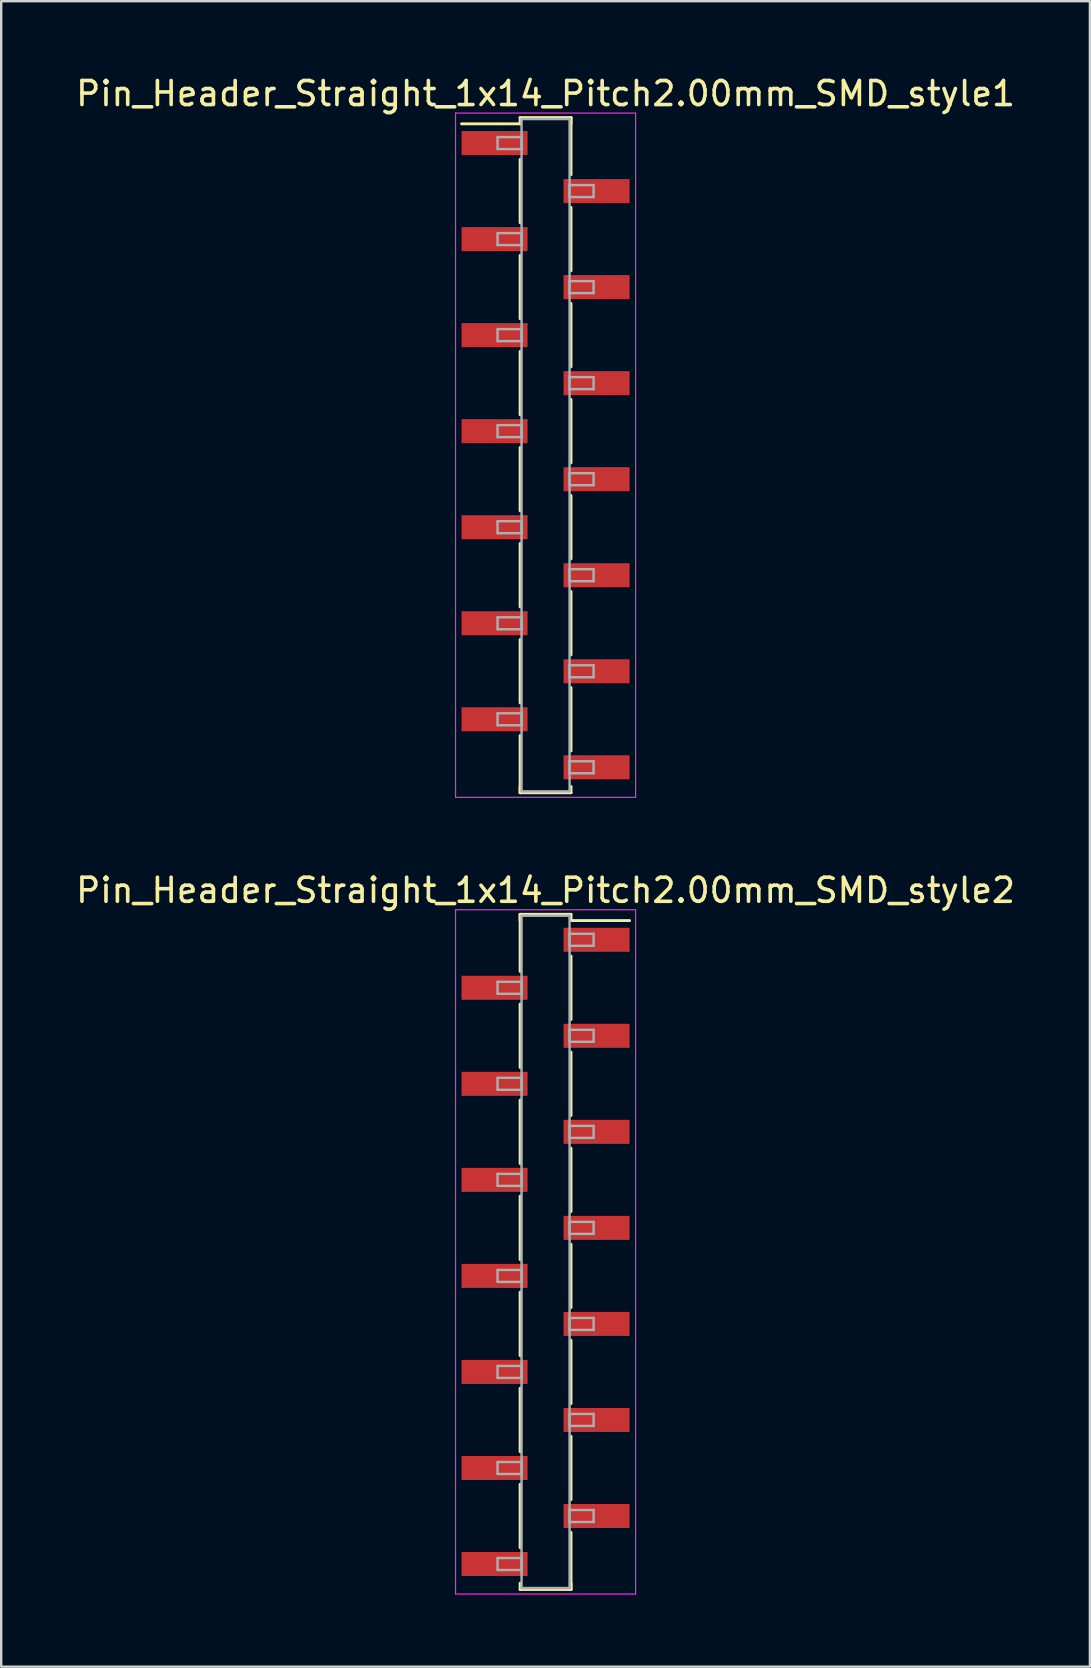
<source format=kicad_pcb>
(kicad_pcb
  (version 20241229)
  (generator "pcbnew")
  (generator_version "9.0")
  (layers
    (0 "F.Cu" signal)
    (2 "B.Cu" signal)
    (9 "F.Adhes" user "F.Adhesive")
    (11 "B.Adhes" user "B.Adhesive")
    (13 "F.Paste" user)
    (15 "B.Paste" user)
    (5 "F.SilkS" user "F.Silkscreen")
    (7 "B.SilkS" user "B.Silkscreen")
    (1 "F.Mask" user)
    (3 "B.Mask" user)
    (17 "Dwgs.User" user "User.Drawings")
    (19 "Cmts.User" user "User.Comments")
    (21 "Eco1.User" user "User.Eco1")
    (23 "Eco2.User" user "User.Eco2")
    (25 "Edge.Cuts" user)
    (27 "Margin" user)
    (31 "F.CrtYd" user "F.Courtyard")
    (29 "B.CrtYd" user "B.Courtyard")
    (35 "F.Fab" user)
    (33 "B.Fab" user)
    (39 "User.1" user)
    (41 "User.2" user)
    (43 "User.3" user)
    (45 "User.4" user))
  (footprint "Pin_Header_Straight_1x14_Pitch2.00mm_SMD_style2"
    (layer "F.Cu")
    (at 19.673 49.092)
    (property "Reference" "Pin_Header_Straight_1x14_Pitch2.00mm_SMD_style2" (at 0 -15.06 0) (layer "F.SilkS") (effects (font (size 1 1) (thickness 0.15))))
    (attr smd)
    (fp_line (start -1.06 -14.06) (end -1.06 -11.68) (stroke (width 0.12) (type solid)) (layer "F.SilkS"))
    (fp_line (start -1.06 -14.06) (end 1.06 -14.06) (stroke (width 0.12) (type solid)) (layer "F.SilkS"))
    (fp_line (start -1.06 -13.8) (end -1.06 -14.06) (stroke (width 0.12) (type solid)) (layer "F.SilkS"))
    (fp_line (start -1.06 -10.32) (end -1.06 -7.68) (stroke (width 0.12) (type solid)) (layer "F.SilkS"))
    (fp_line (start -1.06 -6.32) (end -1.06 -3.68) (stroke (width 0.12) (type solid)) (layer "F.SilkS"))
    (fp_line (start -1.06 -2.32) (end -1.06 0.32) (stroke (width 0.12) (type solid)) (layer "F.SilkS"))
    (fp_line (start -1.06 1.68) (end -1.06 4.32) (stroke (width 0.12) (type solid)) (layer "F.SilkS"))
    (fp_line (start -1.06 5.68) (end -1.06 8.32) (stroke (width 0.12) (type solid)) (layer "F.SilkS"))
    (fp_line (start -1.06 9.68) (end -1.06 12.32) (stroke (width 0.12) (type solid)) (layer "F.SilkS"))
    (fp_line (start -1.06 13.8) (end -1.06 14.06) (stroke (width 0.12) (type solid)) (layer "F.SilkS"))
    (fp_line (start -1.06 14.06) (end 1.06 14.06) (stroke (width 0.12) (type solid)) (layer "F.SilkS"))
    (fp_line (start 1.06 -14.06) (end 1.06 -13.8) (stroke (width 0.12) (type solid)) (layer "F.SilkS"))
    (fp_line (start 1.06 -13.8) (end 3.5 -13.8) (stroke (width 0.12) (type solid)) (layer "F.SilkS"))
    (fp_line (start 1.06 -12.32) (end 1.06 -9.68) (stroke (width 0.12) (type solid)) (layer "F.SilkS"))
    (fp_line (start 1.06 -8.32) (end 1.06 -5.68) (stroke (width 0.12) (type solid)) (layer "F.SilkS"))
    (fp_line (start 1.06 -4.32) (end 1.06 -1.68) (stroke (width 0.12) (type solid)) (layer "F.SilkS"))
    (fp_line (start 1.06 -0.32) (end 1.06 2.32) (stroke (width 0.12) (type solid)) (layer "F.SilkS"))
    (fp_line (start 1.06 3.68) (end 1.06 6.32) (stroke (width 0.12) (type solid)) (layer "F.SilkS"))
    (fp_line (start 1.06 7.68) (end 1.06 10.32) (stroke (width 0.12) (type solid)) (layer "F.SilkS"))
    (fp_line (start 1.06 11.68) (end 1.06 14.06) (stroke (width 0.12) (type solid)) (layer "F.SilkS"))
    (fp_line (start 1.06 14.06) (end 1.06 13.8) (stroke (width 0.12) (type solid)) (layer "F.SilkS"))
    (fp_line (start -3.75 -14.25) (end -3.75 14.25) (stroke (width 0.05) (type solid)) (layer "F.CrtYd"))
    (fp_line (start -3.75 14.25) (end 3.75 14.25) (stroke (width 0.05) (type solid)) (layer "F.CrtYd"))
    (fp_line (start 3.75 -14.25) (end -3.75 -14.25) (stroke (width 0.05) (type solid)) (layer "F.CrtYd"))
    (fp_line (start 3.75 14.25) (end 3.75 -14.25) (stroke (width 0.05) (type solid)) (layer "F.CrtYd"))
    (fp_line (start -2 -11.25) (end -1 -11.25) (stroke (width 0.1) (type solid)) (layer "F.Fab"))
    (fp_line (start -2 -10.75) (end -2 -11.25) (stroke (width 0.1) (type solid)) (layer "F.Fab"))
    (fp_line (start -2 -7.25) (end -1 -7.25) (stroke (width 0.1) (type solid)) (layer "F.Fab"))
    (fp_line (start -2 -6.75) (end -2 -7.25) (stroke (width 0.1) (type solid)) (layer "F.Fab"))
    (fp_line (start -2 -3.25) (end -1 -3.25) (stroke (width 0.1) (type solid)) (layer "F.Fab"))
    (fp_line (start -2 -2.75) (end -2 -3.25) (stroke (width 0.1) (type solid)) (layer "F.Fab"))
    (fp_line (start -2 0.75) (end -1 0.75) (stroke (width 0.1) (type solid)) (layer "F.Fab"))
    (fp_line (start -2 1.25) (end -2 0.75) (stroke (width 0.1) (type solid)) (layer "F.Fab"))
    (fp_line (start -2 4.75) (end -1 4.75) (stroke (width 0.1) (type solid)) (layer "F.Fab"))
    (fp_line (start -2 5.25) (end -2 4.75) (stroke (width 0.1) (type solid)) (layer "F.Fab"))
    (fp_line (start -2 8.75) (end -1 8.75) (stroke (width 0.1) (type solid)) (layer "F.Fab"))
    (fp_line (start -2 9.25) (end -2 8.75) (stroke (width 0.1) (type solid)) (layer "F.Fab"))
    (fp_line (start -2 12.75) (end -1 12.75) (stroke (width 0.1) (type solid)) (layer "F.Fab"))
    (fp_line (start -2 13.25) (end -2 12.75) (stroke (width 0.1) (type solid)) (layer "F.Fab"))
    (fp_line (start -1 -14) (end -1 14) (stroke (width 0.1) (type solid)) (layer "F.Fab"))
    (fp_line (start -1 -11.25) (end -1 -10.75) (stroke (width 0.1) (type solid)) (layer "F.Fab"))
    (fp_line (start -1 -10.75) (end -2 -10.75) (stroke (width 0.1) (type solid)) (layer "F.Fab"))
    (fp_line (start -1 -7.25) (end -1 -6.75) (stroke (width 0.1) (type solid)) (layer "F.Fab"))
    (fp_line (start -1 -6.75) (end -2 -6.75) (stroke (width 0.1) (type solid)) (layer "F.Fab"))
    (fp_line (start -1 -3.25) (end -1 -2.75) (stroke (width 0.1) (type solid)) (layer "F.Fab"))
    (fp_line (start -1 -2.75) (end -2 -2.75) (stroke (width 0.1) (type solid)) (layer "F.Fab"))
    (fp_line (start -1 0.75) (end -1 1.25) (stroke (width 0.1) (type solid)) (layer "F.Fab"))
    (fp_line (start -1 1.25) (end -2 1.25) (stroke (width 0.1) (type solid)) (layer "F.Fab"))
    (fp_line (start -1 4.75) (end -1 5.25) (stroke (width 0.1) (type solid)) (layer "F.Fab"))
    (fp_line (start -1 5.25) (end -2 5.25) (stroke (width 0.1) (type solid)) (layer "F.Fab"))
    (fp_line (start -1 8.75) (end -1 9.25) (stroke (width 0.1) (type solid)) (layer "F.Fab"))
    (fp_line (start -1 9.25) (end -2 9.25) (stroke (width 0.1) (type solid)) (layer "F.Fab"))
    (fp_line (start -1 12.75) (end -1 13.25) (stroke (width 0.1) (type solid)) (layer "F.Fab"))
    (fp_line (start -1 13.25) (end -2 13.25) (stroke (width 0.1) (type solid)) (layer "F.Fab"))
    (fp_line (start -1 14) (end 1 14) (stroke (width 0.1) (type solid)) (layer "F.Fab"))
    (fp_line (start 1 -14) (end -1 -14) (stroke (width 0.1) (type solid)) (layer "F.Fab"))
    (fp_line (start 1 -13.25) (end 1 -12.75) (stroke (width 0.1) (type solid)) (layer "F.Fab"))
    (fp_line (start 1 -12.75) (end 2 -12.75) (stroke (width 0.1) (type solid)) (layer "F.Fab"))
    (fp_line (start 1 -9.25) (end 1 -8.75) (stroke (width 0.1) (type solid)) (layer "F.Fab"))
    (fp_line (start 1 -8.75) (end 2 -8.75) (stroke (width 0.1) (type solid)) (layer "F.Fab"))
    (fp_line (start 1 -5.25) (end 1 -4.75) (stroke (width 0.1) (type solid)) (layer "F.Fab"))
    (fp_line (start 1 -4.75) (end 2 -4.75) (stroke (width 0.1) (type solid)) (layer "F.Fab"))
    (fp_line (start 1 -1.25) (end 1 -0.75) (stroke (width 0.1) (type solid)) (layer "F.Fab"))
    (fp_line (start 1 -0.75) (end 2 -0.75) (stroke (width 0.1) (type solid)) (layer "F.Fab"))
    (fp_line (start 1 2.75) (end 1 3.25) (stroke (width 0.1) (type solid)) (layer "F.Fab"))
    (fp_line (start 1 3.25) (end 2 3.25) (stroke (width 0.1) (type solid)) (layer "F.Fab"))
    (fp_line (start 1 6.75) (end 1 7.25) (stroke (width 0.1) (type solid)) (layer "F.Fab"))
    (fp_line (start 1 7.25) (end 2 7.25) (stroke (width 0.1) (type solid)) (layer "F.Fab"))
    (fp_line (start 1 10.75) (end 1 11.25) (stroke (width 0.1) (type solid)) (layer "F.Fab"))
    (fp_line (start 1 11.25) (end 2 11.25) (stroke (width 0.1) (type solid)) (layer "F.Fab"))
    (fp_line (start 1 14) (end 1 -14) (stroke (width 0.1) (type solid)) (layer "F.Fab"))
    (fp_line (start 2 -13.25) (end 1 -13.25) (stroke (width 0.1) (type solid)) (layer "F.Fab"))
    (fp_line (start 2 -12.75) (end 2 -13.25) (stroke (width 0.1) (type solid)) (layer "F.Fab"))
    (fp_line (start 2 -9.25) (end 1 -9.25) (stroke (width 0.1) (type solid)) (layer "F.Fab"))
    (fp_line (start 2 -8.75) (end 2 -9.25) (stroke (width 0.1) (type solid)) (layer "F.Fab"))
    (fp_line (start 2 -5.25) (end 1 -5.25) (stroke (width 0.1) (type solid)) (layer "F.Fab"))
    (fp_line (start 2 -4.75) (end 2 -5.25) (stroke (width 0.1) (type solid)) (layer "F.Fab"))
    (fp_line (start 2 -1.25) (end 1 -1.25) (stroke (width 0.1) (type solid)) (layer "F.Fab"))
    (fp_line (start 2 -0.75) (end 2 -1.25) (stroke (width 0.1) (type solid)) (layer "F.Fab"))
    (fp_line (start 2 2.75) (end 1 2.75) (stroke (width 0.1) (type solid)) (layer "F.Fab"))
    (fp_line (start 2 3.25) (end 2 2.75) (stroke (width 0.1) (type solid)) (layer "F.Fab"))
    (fp_line (start 2 6.75) (end 1 6.75) (stroke (width 0.1) (type solid)) (layer "F.Fab"))
    (fp_line (start 2 7.25) (end 2 6.75) (stroke (width 0.1) (type solid)) (layer "F.Fab"))
    (fp_line (start 2 10.75) (end 1 10.75) (stroke (width 0.1) (type solid)) (layer "F.Fab"))
    (fp_line (start 2 11.25) (end 2 10.75) (stroke (width 0.1) (type solid)) (layer "F.Fab"))
    (pad "1" smd rect (at 2.125 -13) (size 2.75 1) (layers "F.Cu" "F.Mask"))
    (pad "2" smd rect (at -2.125 -11) (size 2.75 1) (layers "F.Cu" "F.Mask"))
    (pad "3" smd rect (at 2.125 -9) (size 2.75 1) (layers "F.Cu" "F.Mask"))
    (pad "4" smd rect (at -2.125 -7) (size 2.75 1) (layers "F.Cu" "F.Mask"))
    (pad "5" smd rect (at 2.125 -5) (size 2.75 1) (layers "F.Cu" "F.Mask"))
    (pad "6" smd rect (at -2.125 -3) (size 2.75 1) (layers "F.Cu" "F.Mask"))
    (pad "7" smd rect (at 2.125 -1) (size 2.75 1) (layers "F.Cu" "F.Mask"))
    (pad "8" smd rect (at -2.125 1) (size 2.75 1) (layers "F.Cu" "F.Mask"))
    (pad "9" smd rect (at 2.125 3) (size 2.75 1) (layers "F.Cu" "F.Mask"))
    (pad "10" smd rect (at -2.125 5) (size 2.75 1) (layers "F.Cu" "F.Mask"))
    (pad "11" smd rect (at 2.125 7) (size 2.75 1) (layers "F.Cu" "F.Mask"))
    (pad "12" smd rect (at -2.125 9) (size 2.75 1) (layers "F.Cu" "F.Mask"))
    (pad "13" smd rect (at 2.125 11) (size 2.75 1) (layers "F.Cu" "F.Mask"))
    (pad "14" smd rect (at -2.125 13) (size 2.75 1) (layers "F.Cu" "F.Mask")))
  (footprint "Pin_Header_Straight_1x14_Pitch2.00mm_SMD_style1"
    (layer "F.Cu")
    (at 19.673 15.908)
    (property "Reference" "Pin_Header_Straight_1x14_Pitch2.00mm_SMD_style1" (at 0 -15.06 0) (layer "F.SilkS") (effects (font (size 1 1) (thickness 0.15))))
    (attr smd)
    (fp_line (start -1.06 -14.06) (end 1.06 -14.06) (stroke (width 0.12) (type solid)) (layer "F.SilkS"))
    (fp_line (start -1.06 -13.8) (end -3.5 -13.8) (stroke (width 0.12) (type solid)) (layer "F.SilkS"))
    (fp_line (start -1.06 -13.8) (end -1.06 -14.06) (stroke (width 0.12) (type solid)) (layer "F.SilkS"))
    (fp_line (start -1.06 -12.32) (end -1.06 -9.68) (stroke (width 0.12) (type solid)) (layer "F.SilkS"))
    (fp_line (start -1.06 -8.32) (end -1.06 -5.68) (stroke (width 0.12) (type solid)) (layer "F.SilkS"))
    (fp_line (start -1.06 -4.32) (end -1.06 -1.68) (stroke (width 0.12) (type solid)) (layer "F.SilkS"))
    (fp_line (start -1.06 -0.32) (end -1.06 2.32) (stroke (width 0.12) (type solid)) (layer "F.SilkS"))
    (fp_line (start -1.06 3.68) (end -1.06 6.32) (stroke (width 0.12) (type solid)) (layer "F.SilkS"))
    (fp_line (start -1.06 7.68) (end -1.06 10.32) (stroke (width 0.12) (type solid)) (layer "F.SilkS"))
    (fp_line (start -1.06 11.68) (end -1.06 14.06) (stroke (width 0.12) (type solid)) (layer "F.SilkS"))
    (fp_line (start -1.06 13.8) (end -1.06 14.06) (stroke (width 0.12) (type solid)) (layer "F.SilkS"))
    (fp_line (start -1.06 14.06) (end 1.06 14.06) (stroke (width 0.12) (type solid)) (layer "F.SilkS"))
    (fp_line (start 1.06 -14.06) (end 1.06 -13.8) (stroke (width 0.12) (type solid)) (layer "F.SilkS"))
    (fp_line (start 1.06 -14.06) (end 1.06 -11.68) (stroke (width 0.12) (type solid)) (layer "F.SilkS"))
    (fp_line (start 1.06 -10.32) (end 1.06 -7.68) (stroke (width 0.12) (type solid)) (layer "F.SilkS"))
    (fp_line (start 1.06 -6.32) (end 1.06 -3.68) (stroke (width 0.12) (type solid)) (layer "F.SilkS"))
    (fp_line (start 1.06 -2.32) (end 1.06 0.32) (stroke (width 0.12) (type solid)) (layer "F.SilkS"))
    (fp_line (start 1.06 1.68) (end 1.06 4.32) (stroke (width 0.12) (type solid)) (layer "F.SilkS"))
    (fp_line (start 1.06 5.68) (end 1.06 8.32) (stroke (width 0.12) (type solid)) (layer "F.SilkS"))
    (fp_line (start 1.06 9.68) (end 1.06 12.32) (stroke (width 0.12) (type solid)) (layer "F.SilkS"))
    (fp_line (start 1.06 14.06) (end 1.06 13.8) (stroke (width 0.12) (type solid)) (layer "F.SilkS"))
    (fp_line (start -3.75 -14.25) (end -3.75 14.25) (stroke (width 0.05) (type solid)) (layer "F.CrtYd"))
    (fp_line (start -3.75 14.25) (end 3.75 14.25) (stroke (width 0.05) (type solid)) (layer "F.CrtYd"))
    (fp_line (start 3.75 -14.25) (end -3.75 -14.25) (stroke (width 0.05) (type solid)) (layer "F.CrtYd"))
    (fp_line (start 3.75 14.25) (end 3.75 -14.25) (stroke (width 0.05) (type solid)) (layer "F.CrtYd"))
    (fp_line (start -2 -13.25) (end -1 -13.25) (stroke (width 0.1) (type solid)) (layer "F.Fab"))
    (fp_line (start -2 -12.75) (end -2 -13.25) (stroke (width 0.1) (type solid)) (layer "F.Fab"))
    (fp_line (start -2 -9.25) (end -1 -9.25) (stroke (width 0.1) (type solid)) (layer "F.Fab"))
    (fp_line (start -2 -8.75) (end -2 -9.25) (stroke (width 0.1) (type solid)) (layer "F.Fab"))
    (fp_line (start -2 -5.25) (end -1 -5.25) (stroke (width 0.1) (type solid)) (layer "F.Fab"))
    (fp_line (start -2 -4.75) (end -2 -5.25) (stroke (width 0.1) (type solid)) (layer "F.Fab"))
    (fp_line (start -2 -1.25) (end -1 -1.25) (stroke (width 0.1) (type solid)) (layer "F.Fab"))
    (fp_line (start -2 -0.75) (end -2 -1.25) (stroke (width 0.1) (type solid)) (layer "F.Fab"))
    (fp_line (start -2 2.75) (end -1 2.75) (stroke (width 0.1) (type solid)) (layer "F.Fab"))
    (fp_line (start -2 3.25) (end -2 2.75) (stroke (width 0.1) (type solid)) (layer "F.Fab"))
    (fp_line (start -2 6.75) (end -1 6.75) (stroke (width 0.1) (type solid)) (layer "F.Fab"))
    (fp_line (start -2 7.25) (end -2 6.75) (stroke (width 0.1) (type solid)) (layer "F.Fab"))
    (fp_line (start -2 10.75) (end -1 10.75) (stroke (width 0.1) (type solid)) (layer "F.Fab"))
    (fp_line (start -2 11.25) (end -2 10.75) (stroke (width 0.1) (type solid)) (layer "F.Fab"))
    (fp_line (start -1 -14) (end -1 14) (stroke (width 0.1) (type solid)) (layer "F.Fab"))
    (fp_line (start -1 -13.25) (end -1 -12.75) (stroke (width 0.1) (type solid)) (layer "F.Fab"))
    (fp_line (start -1 -12.75) (end -2 -12.75) (stroke (width 0.1) (type solid)) (layer "F.Fab"))
    (fp_line (start -1 -9.25) (end -1 -8.75) (stroke (width 0.1) (type solid)) (layer "F.Fab"))
    (fp_line (start -1 -8.75) (end -2 -8.75) (stroke (width 0.1) (type solid)) (layer "F.Fab"))
    (fp_line (start -1 -5.25) (end -1 -4.75) (stroke (width 0.1) (type solid)) (layer "F.Fab"))
    (fp_line (start -1 -4.75) (end -2 -4.75) (stroke (width 0.1) (type solid)) (layer "F.Fab"))
    (fp_line (start -1 -1.25) (end -1 -0.75) (stroke (width 0.1) (type solid)) (layer "F.Fab"))
    (fp_line (start -1 -0.75) (end -2 -0.75) (stroke (width 0.1) (type solid)) (layer "F.Fab"))
    (fp_line (start -1 2.75) (end -1 3.25) (stroke (width 0.1) (type solid)) (layer "F.Fab"))
    (fp_line (start -1 3.25) (end -2 3.25) (stroke (width 0.1) (type solid)) (layer "F.Fab"))
    (fp_line (start -1 6.75) (end -1 7.25) (stroke (width 0.1) (type solid)) (layer "F.Fab"))
    (fp_line (start -1 7.25) (end -2 7.25) (stroke (width 0.1) (type solid)) (layer "F.Fab"))
    (fp_line (start -1 10.75) (end -1 11.25) (stroke (width 0.1) (type solid)) (layer "F.Fab"))
    (fp_line (start -1 11.25) (end -2 11.25) (stroke (width 0.1) (type solid)) (layer "F.Fab"))
    (fp_line (start -1 14) (end 1 14) (stroke (width 0.1) (type solid)) (layer "F.Fab"))
    (fp_line (start 1 -14) (end -1 -14) (stroke (width 0.1) (type solid)) (layer "F.Fab"))
    (fp_line (start 1 -11.25) (end 1 -10.75) (stroke (width 0.1) (type solid)) (layer "F.Fab"))
    (fp_line (start 1 -10.75) (end 2 -10.75) (stroke (width 0.1) (type solid)) (layer "F.Fab"))
    (fp_line (start 1 -7.25) (end 1 -6.75) (stroke (width 0.1) (type solid)) (layer "F.Fab"))
    (fp_line (start 1 -6.75) (end 2 -6.75) (stroke (width 0.1) (type solid)) (layer "F.Fab"))
    (fp_line (start 1 -3.25) (end 1 -2.75) (stroke (width 0.1) (type solid)) (layer "F.Fab"))
    (fp_line (start 1 -2.75) (end 2 -2.75) (stroke (width 0.1) (type solid)) (layer "F.Fab"))
    (fp_line (start 1 0.75) (end 1 1.25) (stroke (width 0.1) (type solid)) (layer "F.Fab"))
    (fp_line (start 1 1.25) (end 2 1.25) (stroke (width 0.1) (type solid)) (layer "F.Fab"))
    (fp_line (start 1 4.75) (end 1 5.25) (stroke (width 0.1) (type solid)) (layer "F.Fab"))
    (fp_line (start 1 5.25) (end 2 5.25) (stroke (width 0.1) (type solid)) (layer "F.Fab"))
    (fp_line (start 1 8.75) (end 1 9.25) (stroke (width 0.1) (type solid)) (layer "F.Fab"))
    (fp_line (start 1 9.25) (end 2 9.25) (stroke (width 0.1) (type solid)) (layer "F.Fab"))
    (fp_line (start 1 12.75) (end 1 13.25) (stroke (width 0.1) (type solid)) (layer "F.Fab"))
    (fp_line (start 1 13.25) (end 2 13.25) (stroke (width 0.1) (type solid)) (layer "F.Fab"))
    (fp_line (start 1 14) (end 1 -14) (stroke (width 0.1) (type solid)) (layer "F.Fab"))
    (fp_line (start 2 -11.25) (end 1 -11.25) (stroke (width 0.1) (type solid)) (layer "F.Fab"))
    (fp_line (start 2 -10.75) (end 2 -11.25) (stroke (width 0.1) (type solid)) (layer "F.Fab"))
    (fp_line (start 2 -7.25) (end 1 -7.25) (stroke (width 0.1) (type solid)) (layer "F.Fab"))
    (fp_line (start 2 -6.75) (end 2 -7.25) (stroke (width 0.1) (type solid)) (layer "F.Fab"))
    (fp_line (start 2 -3.25) (end 1 -3.25) (stroke (width 0.1) (type solid)) (layer "F.Fab"))
    (fp_line (start 2 -2.75) (end 2 -3.25) (stroke (width 0.1) (type solid)) (layer "F.Fab"))
    (fp_line (start 2 0.75) (end 1 0.75) (stroke (width 0.1) (type solid)) (layer "F.Fab"))
    (fp_line (start 2 1.25) (end 2 0.75) (stroke (width 0.1) (type solid)) (layer "F.Fab"))
    (fp_line (start 2 4.75) (end 1 4.75) (stroke (width 0.1) (type solid)) (layer "F.Fab"))
    (fp_line (start 2 5.25) (end 2 4.75) (stroke (width 0.1) (type solid)) (layer "F.Fab"))
    (fp_line (start 2 8.75) (end 1 8.75) (stroke (width 0.1) (type solid)) (layer "F.Fab"))
    (fp_line (start 2 9.25) (end 2 8.75) (stroke (width 0.1) (type solid)) (layer "F.Fab"))
    (fp_line (start 2 12.75) (end 1 12.75) (stroke (width 0.1) (type solid)) (layer "F.Fab"))
    (fp_line (start 2 13.25) (end 2 12.75) (stroke (width 0.1) (type solid)) (layer "F.Fab"))
    (pad "1" smd rect (at -2.125 -13) (size 2.75 1) (layers "F.Cu" "F.Mask"))
    (pad "2" smd rect (at 2.125 -11) (size 2.75 1) (layers "F.Cu" "F.Mask"))
    (pad "3" smd rect (at -2.125 -9) (size 2.75 1) (layers "F.Cu" "F.Mask"))
    (pad "4" smd rect (at 2.125 -7) (size 2.75 1) (layers "F.Cu" "F.Mask"))
    (pad "5" smd rect (at -2.125 -5) (size 2.75 1) (layers "F.Cu" "F.Mask"))
    (pad "6" smd rect (at 2.125 -3) (size 2.75 1) (layers "F.Cu" "F.Mask"))
    (pad "7" smd rect (at -2.125 -1) (size 2.75 1) (layers "F.Cu" "F.Mask"))
    (pad "8" smd rect (at 2.125 1) (size 2.75 1) (layers "F.Cu" "F.Mask"))
    (pad "9" smd rect (at -2.125 3) (size 2.75 1) (layers "F.Cu" "F.Mask"))
    (pad "10" smd rect (at 2.125 5) (size 2.75 1) (layers "F.Cu" "F.Mask"))
    (pad "11" smd rect (at -2.125 7) (size 2.75 1) (layers "F.Cu" "F.Mask"))
    (pad "12" smd rect (at 2.125 9) (size 2.75 1) (layers "F.Cu" "F.Mask"))
    (pad "13" smd rect (at -2.125 11) (size 2.75 1) (layers "F.Cu" "F.Mask"))
    (pad "14" smd rect (at 2.125 13) (size 2.75 1) (layers "F.Cu" "F.Mask")))
  (gr_rect
    (start -3 -3)
    (end 42.345 66.367)
    (stroke (width 0.1) (type default))
    (fill no)
    (layer "Edge.Cuts")))
</source>
